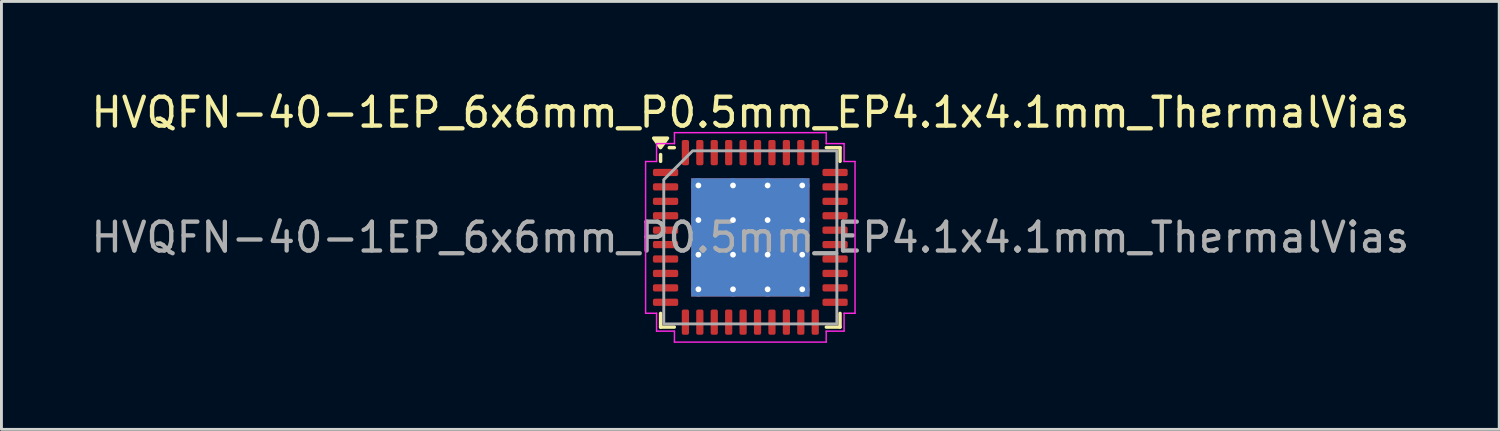
<source format=kicad_pcb>
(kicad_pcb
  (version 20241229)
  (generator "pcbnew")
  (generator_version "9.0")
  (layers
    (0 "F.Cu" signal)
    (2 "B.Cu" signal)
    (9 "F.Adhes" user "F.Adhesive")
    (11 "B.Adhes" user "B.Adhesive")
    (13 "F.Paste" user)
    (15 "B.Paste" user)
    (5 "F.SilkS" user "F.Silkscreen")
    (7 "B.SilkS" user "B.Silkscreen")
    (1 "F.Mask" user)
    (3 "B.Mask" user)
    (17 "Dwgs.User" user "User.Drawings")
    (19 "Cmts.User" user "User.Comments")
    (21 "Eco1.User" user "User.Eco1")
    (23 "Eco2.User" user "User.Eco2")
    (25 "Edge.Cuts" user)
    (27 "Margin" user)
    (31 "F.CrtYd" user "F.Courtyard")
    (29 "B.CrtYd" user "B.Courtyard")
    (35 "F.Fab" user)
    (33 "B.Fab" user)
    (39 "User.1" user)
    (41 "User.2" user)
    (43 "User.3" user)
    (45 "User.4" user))
  (footprint "HVQFN-40-1EP_6x6mm_P0.5mm_EP4.1x4.1mm_ThermalVias"
    (layer "F.Cu")
    (at 22.958 5.178)
    (property "Reference" "HVQFN-40-1EP_6x6mm_P0.5mm_EP4.1x4.1mm_ThermalVias" (at 0 -4.33 0) (layer "F.SilkS") (effects (font (size 1 1) (thickness 0.15))))
    (attr smd)
    (fp_line (start -3.11 -2.635) (end -3.11 -2.87) (stroke (width 0.12) (type solid)) (layer "F.SilkS"))
    (fp_line (start -3.11 3.11) (end -3.11 2.635) (stroke (width 0.12) (type solid)) (layer "F.SilkS"))
    (fp_line (start -2.635 -3.11) (end -2.81 -3.11) (stroke (width 0.12) (type solid)) (layer "F.SilkS"))
    (fp_line (start -2.635 3.11) (end -3.11 3.11) (stroke (width 0.12) (type solid)) (layer "F.SilkS"))
    (fp_line (start 2.635 -3.11) (end 3.11 -3.11) (stroke (width 0.12) (type solid)) (layer "F.SilkS"))
    (fp_line (start 2.635 3.11) (end 3.11 3.11) (stroke (width 0.12) (type solid)) (layer "F.SilkS"))
    (fp_line (start 3.11 -3.11) (end 3.11 -2.635) (stroke (width 0.12) (type solid)) (layer "F.SilkS"))
    (fp_line (start 3.11 3.11) (end 3.11 2.635) (stroke (width 0.12) (type solid)) (layer "F.SilkS"))
    (fp_poly (pts (xy -3.11 -3.11) (xy -3.35 -3.44) (xy -2.87 -3.44)) (stroke (width 0.12) (type solid)) (fill yes) (layer "F.SilkS"))
    (fp_line (start -3.63 -2.63) (end -3.25 -2.63) (stroke (width 0.05) (type solid)) (layer "F.CrtYd"))
    (fp_line (start -3.63 2.63) (end -3.63 -2.63) (stroke (width 0.05) (type solid)) (layer "F.CrtYd"))
    (fp_line (start -3.25 -3.25) (end -2.63 -3.25) (stroke (width 0.05) (type solid)) (layer "F.CrtYd"))
    (fp_line (start -3.25 -2.63) (end -3.25 -3.25) (stroke (width 0.05) (type solid)) (layer "F.CrtYd"))
    (fp_line (start -3.25 2.63) (end -3.63 2.63) (stroke (width 0.05) (type solid)) (layer "F.CrtYd"))
    (fp_line (start -3.25 3.25) (end -3.25 2.63) (stroke (width 0.05) (type solid)) (layer "F.CrtYd"))
    (fp_line (start -2.63 -3.63) (end 2.63 -3.63) (stroke (width 0.05) (type solid)) (layer "F.CrtYd"))
    (fp_line (start -2.63 -3.25) (end -2.63 -3.63) (stroke (width 0.05) (type solid)) (layer "F.CrtYd"))
    (fp_line (start -2.63 3.25) (end -3.25 3.25) (stroke (width 0.05) (type solid)) (layer "F.CrtYd"))
    (fp_line (start -2.63 3.63) (end -2.63 3.25) (stroke (width 0.05) (type solid)) (layer "F.CrtYd"))
    (fp_line (start 2.63 -3.63) (end 2.63 -3.25) (stroke (width 0.05) (type solid)) (layer "F.CrtYd"))
    (fp_line (start 2.63 -3.25) (end 3.25 -3.25) (stroke (width 0.05) (type solid)) (layer "F.CrtYd"))
    (fp_line (start 2.63 3.25) (end 2.63 3.63) (stroke (width 0.05) (type solid)) (layer "F.CrtYd"))
    (fp_line (start 2.63 3.63) (end -2.63 3.63) (stroke (width 0.05) (type solid)) (layer "F.CrtYd"))
    (fp_line (start 3.25 -3.25) (end 3.25 -2.63) (stroke (width 0.05) (type solid)) (layer "F.CrtYd"))
    (fp_line (start 3.25 -2.63) (end 3.63 -2.63) (stroke (width 0.05) (type solid)) (layer "F.CrtYd"))
    (fp_line (start 3.25 2.63) (end 3.25 3.25) (stroke (width 0.05) (type solid)) (layer "F.CrtYd"))
    (fp_line (start 3.25 3.25) (end 2.63 3.25) (stroke (width 0.05) (type solid)) (layer "F.CrtYd"))
    (fp_line (start 3.63 -2.63) (end 3.63 2.63) (stroke (width 0.05) (type solid)) (layer "F.CrtYd"))
    (fp_line (start 3.63 2.63) (end 3.25 2.63) (stroke (width 0.05) (type solid)) (layer "F.CrtYd"))
    (fp_poly (pts (xy -3 -2) (xy -3 3) (xy 3 3) (xy 3 -3) (xy -2 -3)) (stroke (width 0.1) (type solid)) (fill no) (layer "F.Fab"))
    (fp_text user "${REFERENCE}" (at 0 0 0) (layer "F.Fab") (effects (font (size 1 1) (thickness 0.15))))
    (pad "" smd roundrect (at -1.37 -1.37) (size 1.06 1.06) (layers "F.Paste") (roundrect_rratio 0.236))
    (pad "" smd roundrect (at -1.37 0) (size 1.06 1.06) (layers "F.Paste") (roundrect_rratio 0.236))
    (pad "" smd roundrect (at -1.37 1.37) (size 1.06 1.06) (layers "F.Paste") (roundrect_rratio 0.236))
    (pad "" smd roundrect (at 0 -1.37) (size 1.06 1.06) (layers "F.Paste") (roundrect_rratio 0.236))
    (pad "" smd roundrect (at 0 0) (size 1.06 1.06) (layers "F.Paste") (roundrect_rratio 0.236))
    (pad "" smd roundrect (at 0 1.37) (size 1.06 1.06) (layers "F.Paste") (roundrect_rratio 0.236))
    (pad "" smd roundrect (at 1.37 -1.37) (size 1.06 1.06) (layers "F.Paste") (roundrect_rratio 0.236))
    (pad "" smd roundrect (at 1.37 0) (size 1.06 1.06) (layers "F.Paste") (roundrect_rratio 0.236))
    (pad "" smd roundrect (at 1.37 1.37) (size 1.06 1.06) (layers "F.Paste") (roundrect_rratio 0.236))
    (pad "1" smd roundrect (at -2.938 -2.25) (size 0.875 0.25) (layers "F.Cu" "F.Mask" "F.Paste") (roundrect_rratio 0.25))
    (pad "2" smd roundrect (at -2.938 -1.75) (size 0.875 0.25) (layers "F.Cu" "F.Mask" "F.Paste") (roundrect_rratio 0.25))
    (pad "3" smd roundrect (at -2.938 -1.25) (size 0.875 0.25) (layers "F.Cu" "F.Mask" "F.Paste") (roundrect_rratio 0.25))
    (pad "4" smd roundrect (at -2.938 -0.75) (size 0.875 0.25) (layers "F.Cu" "F.Mask" "F.Paste") (roundrect_rratio 0.25))
    (pad "5" smd roundrect (at -2.938 -0.25) (size 0.875 0.25) (layers "F.Cu" "F.Mask" "F.Paste") (roundrect_rratio 0.25))
    (pad "6" smd roundrect (at -2.938 0.25) (size 0.875 0.25) (layers "F.Cu" "F.Mask" "F.Paste") (roundrect_rratio 0.25))
    (pad "7" smd roundrect (at -2.938 0.75) (size 0.875 0.25) (layers "F.Cu" "F.Mask" "F.Paste") (roundrect_rratio 0.25))
    (pad "8" smd roundrect (at -2.938 1.25) (size 0.875 0.25) (layers "F.Cu" "F.Mask" "F.Paste") (roundrect_rratio 0.25))
    (pad "9" smd roundrect (at -2.938 1.75) (size 0.875 0.25) (layers "F.Cu" "F.Mask" "F.Paste") (roundrect_rratio 0.25))
    (pad "10" smd roundrect (at -2.938 2.25) (size 0.875 0.25) (layers "F.Cu" "F.Mask" "F.Paste") (roundrect_rratio 0.25))
    (pad "11" smd roundrect (at -2.25 2.938) (size 0.25 0.875) (layers "F.Cu" "F.Mask" "F.Paste") (roundrect_rratio 0.25))
    (pad "12" smd roundrect (at -1.75 2.938) (size 0.25 0.875) (layers "F.Cu" "F.Mask" "F.Paste") (roundrect_rratio 0.25))
    (pad "13" smd roundrect (at -1.25 2.938) (size 0.25 0.875) (layers "F.Cu" "F.Mask" "F.Paste") (roundrect_rratio 0.25))
    (pad "14" smd roundrect (at -0.75 2.938) (size 0.25 0.875) (layers "F.Cu" "F.Mask" "F.Paste") (roundrect_rratio 0.25))
    (pad "15" smd roundrect (at -0.25 2.938) (size 0.25 0.875) (layers "F.Cu" "F.Mask" "F.Paste") (roundrect_rratio 0.25))
    (pad "16" smd roundrect (at 0.25 2.938) (size 0.25 0.875) (layers "F.Cu" "F.Mask" "F.Paste") (roundrect_rratio 0.25))
    (pad "17" smd roundrect (at 0.75 2.938) (size 0.25 0.875) (layers "F.Cu" "F.Mask" "F.Paste") (roundrect_rratio 0.25))
    (pad "18" smd roundrect (at 1.25 2.938) (size 0.25 0.875) (layers "F.Cu" "F.Mask" "F.Paste") (roundrect_rratio 0.25))
    (pad "19" smd roundrect (at 1.75 2.938) (size 0.25 0.875) (layers "F.Cu" "F.Mask" "F.Paste") (roundrect_rratio 0.25))
    (pad "20" smd roundrect (at 2.25 2.938) (size 0.25 0.875) (layers "F.Cu" "F.Mask" "F.Paste") (roundrect_rratio 0.25))
    (pad "21" smd roundrect (at 2.938 2.25) (size 0.875 0.25) (layers "F.Cu" "F.Mask" "F.Paste") (roundrect_rratio 0.25))
    (pad "22" smd roundrect (at 2.938 1.75) (size 0.875 0.25) (layers "F.Cu" "F.Mask" "F.Paste") (roundrect_rratio 0.25))
    (pad "23" smd roundrect (at 2.938 1.25) (size 0.875 0.25) (layers "F.Cu" "F.Mask" "F.Paste") (roundrect_rratio 0.25))
    (pad "24" smd roundrect (at 2.938 0.75) (size 0.875 0.25) (layers "F.Cu" "F.Mask" "F.Paste") (roundrect_rratio 0.25))
    (pad "25" smd roundrect (at 2.938 0.25) (size 0.875 0.25) (layers "F.Cu" "F.Mask" "F.Paste") (roundrect_rratio 0.25))
    (pad "26" smd roundrect (at 2.938 -0.25) (size 0.875 0.25) (layers "F.Cu" "F.Mask" "F.Paste") (roundrect_rratio 0.25))
    (pad "27" smd roundrect (at 2.938 -0.75) (size 0.875 0.25) (layers "F.Cu" "F.Mask" "F.Paste") (roundrect_rratio 0.25))
    (pad "28" smd roundrect (at 2.938 -1.25) (size 0.875 0.25) (layers "F.Cu" "F.Mask" "F.Paste") (roundrect_rratio 0.25))
    (pad "29" smd roundrect (at 2.938 -1.75) (size 0.875 0.25) (layers "F.Cu" "F.Mask" "F.Paste") (roundrect_rratio 0.25))
    (pad "30" smd roundrect (at 2.938 -2.25) (size 0.875 0.25) (layers "F.Cu" "F.Mask" "F.Paste") (roundrect_rratio 0.25))
    (pad "31" smd roundrect (at 2.25 -2.938) (size 0.25 0.875) (layers "F.Cu" "F.Mask" "F.Paste") (roundrect_rratio 0.25))
    (pad "32" smd roundrect (at 1.75 -2.938) (size 0.25 0.875) (layers "F.Cu" "F.Mask" "F.Paste") (roundrect_rratio 0.25))
    (pad "33" smd roundrect (at 1.25 -2.938) (size 0.25 0.875) (layers "F.Cu" "F.Mask" "F.Paste") (roundrect_rratio 0.25))
    (pad "34" smd roundrect (at 0.75 -2.938) (size 0.25 0.875) (layers "F.Cu" "F.Mask" "F.Paste") (roundrect_rratio 0.25))
    (pad "35" smd roundrect (at 0.25 -2.938) (size 0.25 0.875) (layers "F.Cu" "F.Mask" "F.Paste") (roundrect_rratio 0.25))
    (pad "36" smd roundrect (at -0.25 -2.938) (size 0.25 0.875) (layers "F.Cu" "F.Mask" "F.Paste") (roundrect_rratio 0.25))
    (pad "37" smd roundrect (at -0.75 -2.938) (size 0.25 0.875) (layers "F.Cu" "F.Mask" "F.Paste") (roundrect_rratio 0.25))
    (pad "38" smd roundrect (at -1.25 -2.938) (size 0.25 0.875) (layers "F.Cu" "F.Mask" "F.Paste") (roundrect_rratio 0.25))
    (pad "39" smd roundrect (at -1.75 -2.938) (size 0.25 0.875) (layers "F.Cu" "F.Mask" "F.Paste") (roundrect_rratio 0.25))
    (pad "40" smd roundrect (at -2.25 -2.938) (size 0.25 0.875) (layers "F.Cu" "F.Mask" "F.Paste") (roundrect_rratio 0.25))
    (pad "41" thru_hole circle (at -1.8 -1.8) (size 0.5 0.5) (drill 0.2) (property pad_prop_heatsink) (layers "*.Cu"))
    (pad "41" thru_hole circle (at -1.8 -0.6) (size 0.5 0.5) (drill 0.2) (property pad_prop_heatsink) (layers "*.Cu"))
    (pad "41" thru_hole circle (at -1.8 0.6) (size 0.5 0.5) (drill 0.2) (property pad_prop_heatsink) (layers "*.Cu"))
    (pad "41" thru_hole circle (at -1.8 1.8) (size 0.5 0.5) (drill 0.2) (property pad_prop_heatsink) (layers "*.Cu"))
    (pad "41" thru_hole circle (at -0.6 -1.8) (size 0.5 0.5) (drill 0.2) (property pad_prop_heatsink) (layers "*.Cu"))
    (pad "41" thru_hole circle (at -0.6 -0.6) (size 0.5 0.5) (drill 0.2) (property pad_prop_heatsink) (layers "*.Cu"))
    (pad "41" thru_hole circle (at -0.6 0.6) (size 0.5 0.5) (drill 0.2) (property pad_prop_heatsink) (layers "*.Cu"))
    (pad "41" thru_hole circle (at -0.6 1.8) (size 0.5 0.5) (drill 0.2) (property pad_prop_heatsink) (layers "*.Cu"))
    (pad "41" smd rect (at 0 0) (size 4.1 4.1) (property pad_prop_heatsink) (layers "F.Cu" "F.Mask"))
    (pad "41" smd rect (at 0 0) (size 4.1 4.1) (property pad_prop_heatsink) (layers "B.Cu"))
    (pad "41" thru_hole circle (at 0.6 -1.8) (size 0.5 0.5) (drill 0.2) (property pad_prop_heatsink) (layers "*.Cu"))
    (pad "41" thru_hole circle (at 0.6 -0.6) (size 0.5 0.5) (drill 0.2) (property pad_prop_heatsink) (layers "*.Cu"))
    (pad "41" thru_hole circle (at 0.6 0.6) (size 0.5 0.5) (drill 0.2) (property pad_prop_heatsink) (layers "*.Cu"))
    (pad "41" thru_hole circle (at 0.6 1.8) (size 0.5 0.5) (drill 0.2) (property pad_prop_heatsink) (layers "*.Cu"))
    (pad "41" thru_hole circle (at 1.8 -1.8) (size 0.5 0.5) (drill 0.2) (property pad_prop_heatsink) (layers "*.Cu"))
    (pad "41" thru_hole circle (at 1.8 -0.6) (size 0.5 0.5) (drill 0.2) (property pad_prop_heatsink) (layers "*.Cu"))
    (pad "41" thru_hole circle (at 1.8 0.6) (size 0.5 0.5) (drill 0.2) (property pad_prop_heatsink) (layers "*.Cu"))
    (pad "41" thru_hole circle (at 1.8 1.8) (size 0.5 0.5) (drill 0.2) (property pad_prop_heatsink) (layers "*.Cu")))
  (gr_rect
    (start -3 -3)
    (end 48.917 11.833)
    (stroke (width 0.1) (type default))
    (fill no)
    (layer "Edge.Cuts")))
</source>
